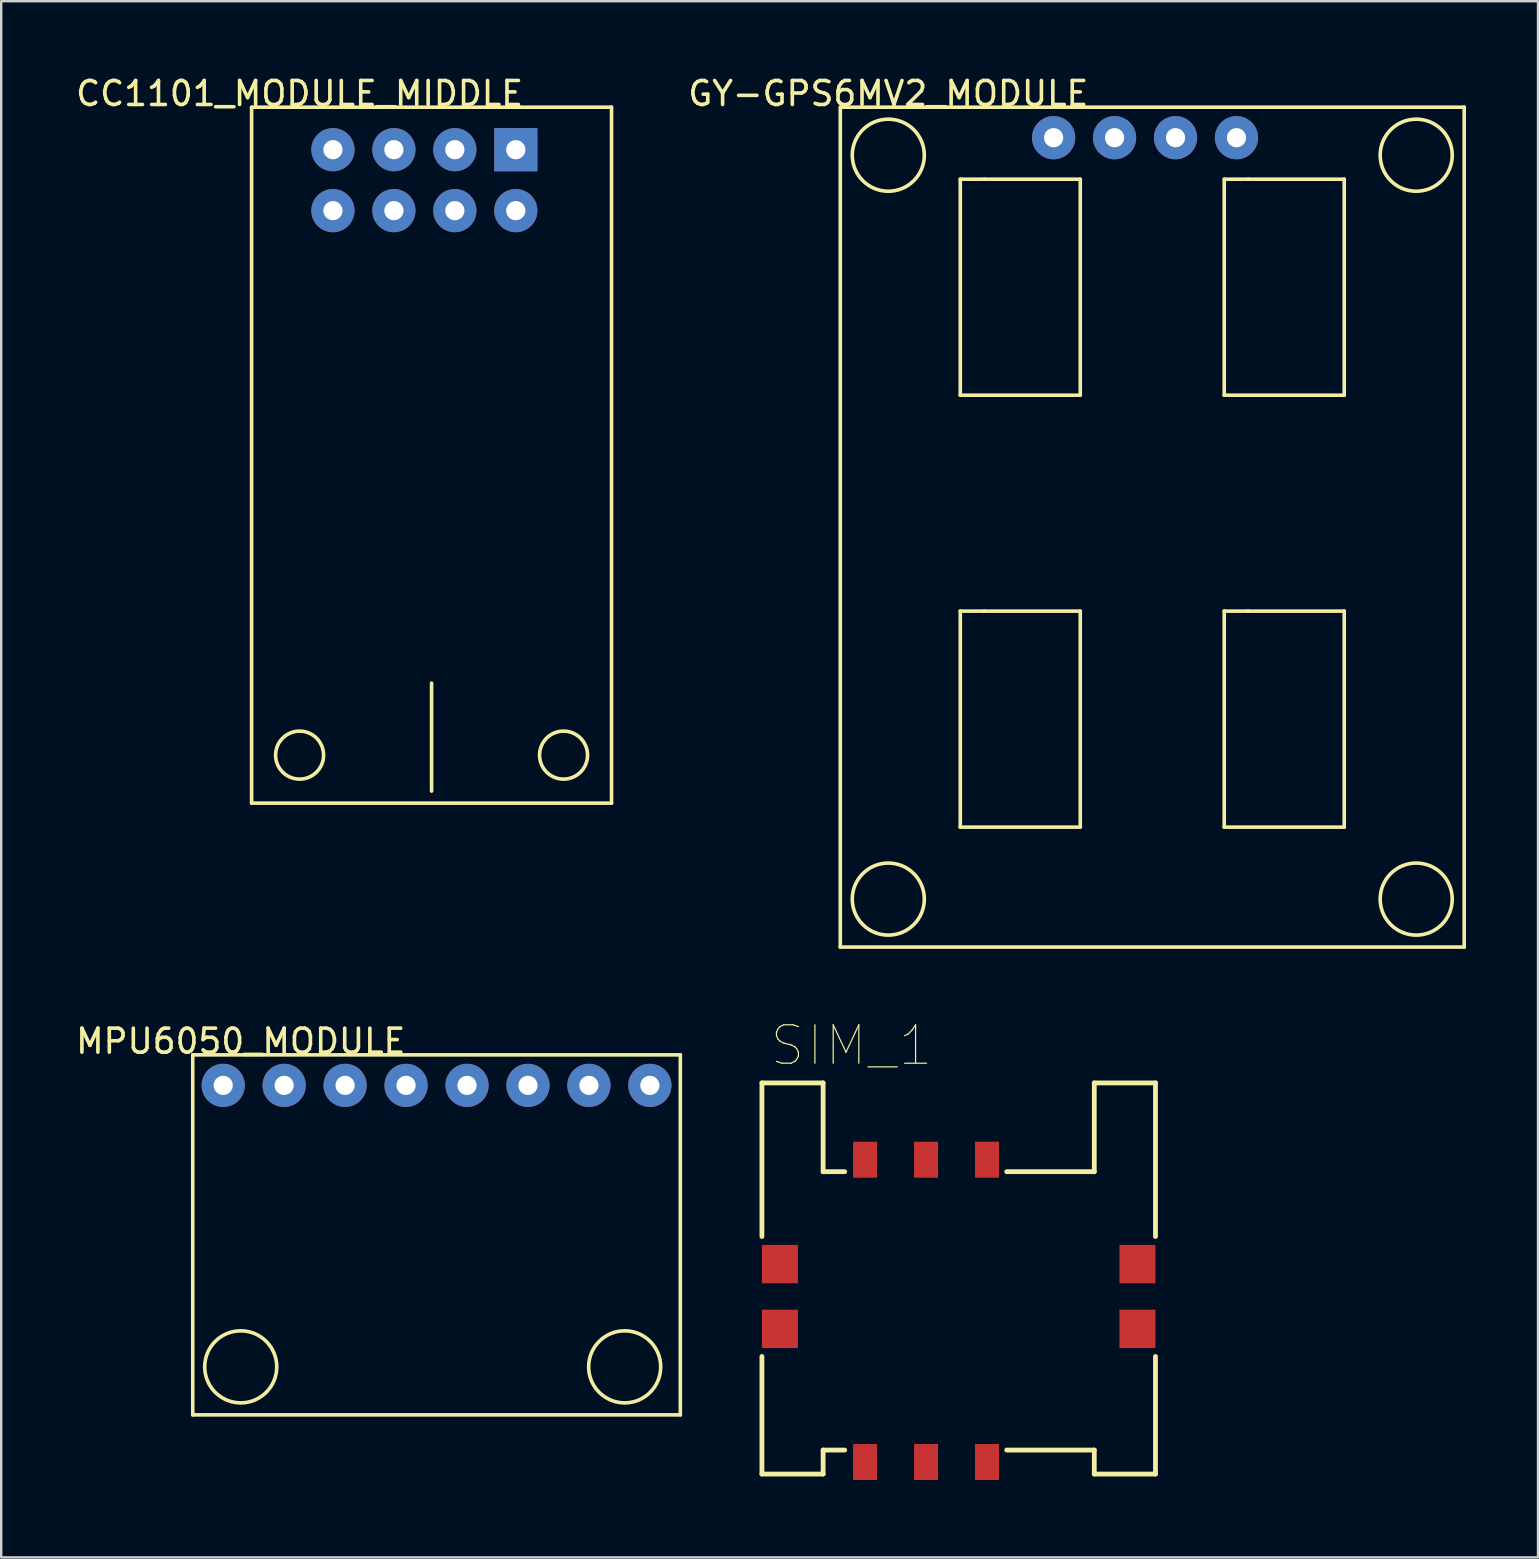
<source format=kicad_pcb>
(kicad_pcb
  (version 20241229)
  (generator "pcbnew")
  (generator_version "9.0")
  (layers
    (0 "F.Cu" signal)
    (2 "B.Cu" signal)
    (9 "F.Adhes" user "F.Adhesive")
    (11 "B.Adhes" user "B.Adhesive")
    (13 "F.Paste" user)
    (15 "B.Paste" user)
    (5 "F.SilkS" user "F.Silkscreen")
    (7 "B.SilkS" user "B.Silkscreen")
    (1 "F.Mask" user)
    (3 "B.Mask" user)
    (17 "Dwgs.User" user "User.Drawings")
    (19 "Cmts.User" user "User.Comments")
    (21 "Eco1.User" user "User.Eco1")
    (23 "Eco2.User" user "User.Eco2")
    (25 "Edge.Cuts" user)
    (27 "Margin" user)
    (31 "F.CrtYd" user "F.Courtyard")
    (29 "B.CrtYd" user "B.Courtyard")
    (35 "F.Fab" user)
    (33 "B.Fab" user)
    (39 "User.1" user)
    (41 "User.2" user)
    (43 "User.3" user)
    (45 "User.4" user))
  (footprint "CC1101_MODULE_MIDDLE"
    (layer "F.Cu")
    (at 7.435 1.418)
    (property "Reference" "CC1101_MODULE_MIDDLE" (at 2 -0.57 0) (layer "F.SilkS") (effects (font (size 1 1) (thickness 0.15))))
    (attr through_hole)
    (fp_line (start 0 0) (end 15 0) (stroke (width 0.15) (type solid)) (layer "F.SilkS"))
    (fp_line (start 0 29) (end 0 0) (stroke (width 0.15) (type solid)) (layer "F.SilkS"))
    (fp_line (start 0 29) (end 15 29) (stroke (width 0.15) (type solid)) (layer "F.SilkS"))
    (fp_line (start 7.5 24) (end 7.5 28.5) (stroke (width 0.15) (type solid)) (layer "F.SilkS"))
    (fp_line (start 15 0) (end 15 29) (stroke (width 0.15) (type solid)) (layer "F.SilkS"))
    (fp_circle (center 2 27) (end 3 27) (stroke (width 0.15) (type solid)) (fill no) (layer "F.SilkS"))
    (fp_circle (center 13 27) (end 14 27) (stroke (width 0.15) (type solid)) (fill no) (layer "F.SilkS"))
    (pad "1" thru_hole rect (at 11.01 1.77) (size 1.8 1.8) (drill 0.8) (layers "*.Cu" "*.Mask"))
    (pad "2" thru_hole circle (at 11.01 4.31) (size 1.8 1.8) (drill 0.8) (layers "*.Cu" "*.Mask"))
    (pad "3" thru_hole circle (at 8.47 1.77) (size 1.8 1.8) (drill 0.8) (layers "*.Cu" "*.Mask"))
    (pad "4" thru_hole circle (at 8.47 4.31) (size 1.8 1.8) (drill 0.8) (layers "*.Cu" "*.Mask"))
    (pad "5" thru_hole circle (at 5.93 1.77) (size 1.8 1.8) (drill 0.8) (layers "*.Cu" "*.Mask"))
    (pad "6" thru_hole circle (at 5.93 4.31) (size 1.8 1.8) (drill 0.8) (layers "*.Cu" "*.Mask"))
    (pad "7" thru_hole circle (at 3.39 1.77) (size 1.8 1.8) (drill 0.8) (layers "*.Cu" "*.Mask"))
    (pad "8" thru_hole circle (at 3.39 4.31) (size 1.8 1.8) (drill 0.8) (layers "*.Cu" "*.Mask")))
  (footprint "SIM_1"
    (layer "F.Cu")
    (at 36.902 51.578)
    (property "Reference" "SIM_1" (at -4.467 -11.059 0) (layer "F.SilkS") (effects (font (size 1.602 1.602) (thickness 0.05))))
    (attr smd)
    (fp_line (start -8.2 -9.5) (end -5.65 -9.5) (stroke (width 0.2) (type solid)) (layer "F.SilkS"))
    (fp_line (start -8.2 -3.1) (end -8.2 -9.5) (stroke (width 0.2) (type solid)) (layer "F.SilkS"))
    (fp_line (start -8.2 6.8) (end -8.2 1.9) (stroke (width 0.2) (type solid)) (layer "F.SilkS"))
    (fp_line (start -8.2 6.8) (end -5.65 6.8) (stroke (width 0.2) (type solid)) (layer "F.SilkS"))
    (fp_line (start -5.65 -5.8) (end -5.65 -9.5) (stroke (width 0.2) (type solid)) (layer "F.SilkS"))
    (fp_line (start -5.65 -5.8) (end -4.75 -5.8) (stroke (width 0.2) (type solid)) (layer "F.SilkS"))
    (fp_line (start -5.65 5.8) (end -4.75 5.8) (stroke (width 0.2) (type solid)) (layer "F.SilkS"))
    (fp_line (start -5.65 6.8) (end -5.65 5.8) (stroke (width 0.2) (type solid)) (layer "F.SilkS"))
    (fp_line (start 2 -5.8) (end 5.65 -5.8) (stroke (width 0.2) (type solid)) (layer "F.SilkS"))
    (fp_line (start 2 5.8) (end 5.65 5.8) (stroke (width 0.2) (type solid)) (layer "F.SilkS"))
    (fp_line (start 5.65 -9.5) (end 8.2 -9.5) (stroke (width 0.2) (type solid)) (layer "F.SilkS"))
    (fp_line (start 5.65 -5.8) (end 5.65 -9.5) (stroke (width 0.2) (type solid)) (layer "F.SilkS"))
    (fp_line (start 5.65 6.8) (end 5.65 5.8) (stroke (width 0.2) (type solid)) (layer "F.SilkS"))
    (fp_line (start 5.65 6.8) (end 8.2 6.8) (stroke (width 0.2) (type solid)) (layer "F.SilkS"))
    (fp_line (start 8.2 -3.1) (end 8.2 -9.5) (stroke (width 0.2) (type solid)) (layer "F.SilkS"))
    (fp_line (start 8.2 6.8) (end 8.2 1.9) (stroke (width 0.2) (type solid)) (layer "F.SilkS"))
    (fp_line (start -8.5 -9.75) (end 8.5 -9.75) (stroke (width 0.05) (type solid)) (layer "Eco1.User"))
    (fp_line (start -8.5 7.25) (end -8.5 -9.75) (stroke (width 0.05) (type solid)) (layer "Eco1.User"))
    (fp_line (start -8.5 7.25) (end 8.5 7.25) (stroke (width 0.05) (type solid)) (layer "Eco1.User"))
    (fp_line (start -0.5 0) (end 0.5 0) (stroke (width 0.1) (type solid)) (layer "Eco1.User"))
    (fp_line (start 0 0.5) (end 0 -0.5) (stroke (width 0.1) (type solid)) (layer "Eco1.User"))
    (fp_line (start 8.5 7.25) (end 8.5 -9.75) (stroke (width 0.05) (type solid)) (layer "Eco1.User"))
    (fp_poly (pts (xy -4.275 -3) (xy -3.525 -3) (xy -3.525 -4.7) (xy -4.275 -4.7)) (stroke (width 0.254) (type solid)) (fill no) (layer "Eco1.User"))
    (fp_poly (pts (xy -4.275 4.7) (xy -3.525 4.7) (xy -3.525 3) (xy -4.275 3)) (stroke (width 0.254) (type solid)) (fill no) (layer "Eco1.User"))
    (fp_poly (pts (xy -1.735 -3) (xy -0.985 -3) (xy -0.985 -4.7) (xy -1.735 -4.7)) (stroke (width 0.254) (type solid)) (fill no) (layer "Eco1.User"))
    (fp_poly (pts (xy -1.735 4.7) (xy -0.985 4.7) (xy -0.985 3) (xy -1.735 3)) (stroke (width 0.254) (type solid)) (fill no) (layer "Eco1.User"))
    (fp_poly (pts (xy 0.805 -3) (xy 1.555 -3) (xy 1.555 -4.7) (xy 0.805 -4.7)) (stroke (width 0.254) (type solid)) (fill no) (layer "Eco1.User"))
    (fp_poly (pts (xy 0.805 4.7) (xy 1.555 4.7) (xy 1.555 3) (xy 0.805 3)) (stroke (width 0.254) (type solid)) (fill no) (layer "Eco1.User"))
    (fp_line (start -8.2 -9.5) (end -5.65 -9.5) (stroke (width 0.1) (type solid)) (layer "Eco2.User"))
    (fp_line (start -8.2 6.8) (end -8.2 -9.5) (stroke (width 0.1) (type solid)) (layer "Eco2.User"))
    (fp_line (start -8.2 6.8) (end -5.65 6.8) (stroke (width 0.1) (type solid)) (layer "Eco2.User"))
    (fp_line (start -5.65 -5.8) (end -5.65 -9.5) (stroke (width 0.1) (type solid)) (layer "Eco2.User"))
    (fp_line (start -5.65 -5.8) (end 5.65 -5.8) (stroke (width 0.1) (type solid)) (layer "Eco2.User"))
    (fp_line (start -5.65 5.8) (end 5.65 5.8) (stroke (width 0.1) (type solid)) (layer "Eco2.User"))
    (fp_line (start -5.65 6.8) (end -5.65 5.8) (stroke (width 0.1) (type solid)) (layer "Eco2.User"))
    (fp_line (start 5.65 -9.5) (end 8.2 -9.5) (stroke (width 0.1) (type solid)) (layer "Eco2.User"))
    (fp_line (start 5.65 -5.8) (end 5.65 -9.5) (stroke (width 0.1) (type solid)) (layer "Eco2.User"))
    (fp_line (start 5.65 6.8) (end 5.65 5.8) (stroke (width 0.1) (type solid)) (layer "Eco2.User"))
    (fp_line (start 5.65 6.8) (end 8.2 6.8) (stroke (width 0.1) (type solid)) (layer "Eco2.User"))
    (fp_line (start 8.2 6.8) (end 8.2 -9.5) (stroke (width 0.1) (type solid)) (layer "Eco2.User"))
    (pad "1" smd rect (at -3.9 -6.3) (size 1 1.5) (layers "F.Cu" "F.Mask" "F.Paste"))
    (pad "2" smd rect (at -1.36 -6.3) (size 1 1.5) (layers "F.Cu" "F.Mask" "F.Paste"))
    (pad "3" smd rect (at 1.18 -6.3) (size 1 1.5) (layers "F.Cu" "F.Mask" "F.Paste"))
    (pad "5" smd rect (at -3.9 6.3) (size 1 1.5) (layers "F.Cu" "F.Mask" "F.Paste"))
    (pad "6" smd rect (at -1.36 6.3) (size 1 1.5) (layers "F.Cu" "F.Mask" "F.Paste"))
    (pad "7" smd rect (at 1.18 6.3) (size 1 1.5) (layers "F.Cu" "F.Mask" "F.Paste"))
    (pad "8" smd rect (at -7.45 0.75) (size 1.5 1.6) (layers "F.Cu" "F.Mask" "F.Paste"))
    (pad "9" smd rect (at 7.45 0.75) (size 1.5 1.6) (layers "F.Cu" "F.Mask" "F.Paste"))
    (pad "10" smd rect (at 7.45 -1.95) (size 1.5 1.6) (layers "F.Cu" "F.Mask" "F.Paste"))
    (pad "11" smd rect (at -7.45 -1.95) (size 1.5 1.6) (layers "F.Cu" "F.Mask" "F.Paste")))
  (footprint "MPU6050_MODULE"
    (layer "F.Cu")
    (at 4.982 40.911)
    (property "Reference" "MPU6050_MODULE" (at 2 -0.57 0) (layer "F.SilkS") (effects (font (size 1 1) (thickness 0.15))))
    (attr through_hole)
    (fp_line (start 0 0) (end 20.32 0) (stroke (width 0.15) (type solid)) (layer "F.SilkS"))
    (fp_line (start 0 15) (end 0 0) (stroke (width 0.15) (type solid)) (layer "F.SilkS"))
    (fp_line (start 20.32 0) (end 20.32 15) (stroke (width 0.15) (type solid)) (layer "F.SilkS"))
    (fp_line (start 20.32 15) (end 0 15) (stroke (width 0.15) (type solid)) (layer "F.SilkS"))
    (fp_circle (center 2 13) (end 3.5 12.93) (stroke (width 0.15) (type solid)) (fill no) (layer "F.SilkS"))
    (fp_circle (center 18 13) (end 19.5 12.93) (stroke (width 0.15) (type solid)) (fill no) (layer "F.SilkS"))
    (pad "1" thru_hole circle (at 1.27 1.27) (size 1.8 1.8) (drill 0.8) (layers "*.Cu" "*.Mask"))
    (pad "2" thru_hole circle (at 3.81 1.27) (size 1.8 1.8) (drill 0.8) (layers "*.Cu" "*.Mask"))
    (pad "3" thru_hole circle (at 6.35 1.27) (size 1.8 1.8) (drill 0.8) (layers "*.Cu" "*.Mask"))
    (pad "4" thru_hole circle (at 8.89 1.27) (size 1.8 1.8) (drill 0.8) (layers "*.Cu" "*.Mask"))
    (pad "5" thru_hole circle (at 11.43 1.27) (size 1.8 1.8) (drill 0.8) (layers "*.Cu" "*.Mask"))
    (pad "6" thru_hole circle (at 13.97 1.27) (size 1.8 1.8) (drill 0.8) (layers "*.Cu" "*.Mask"))
    (pad "7" thru_hole circle (at 16.51 1.27) (size 1.8 1.8) (drill 0.8) (layers "*.Cu" "*.Mask"))
    (pad "8" thru_hole circle (at 19.05 1.27) (size 1.8 1.8) (drill 0.8) (layers "*.Cu" "*.Mask")))
  (footprint "GY-GPS6MV2_MODULE"
    (layer "F.Cu")
    (at 31.968 1.418)
    (property "Reference" "GY-GPS6MV2_MODULE" (at 2 -0.57 0) (layer "F.SilkS") (effects (font (size 1 1) (thickness 0.15))))
    (attr through_hole)
    (fp_line (start 0 0) (end 26 0) (stroke (width 0.15) (type solid)) (layer "F.SilkS"))
    (fp_line (start 0 35) (end 0 0) (stroke (width 0.15) (type solid)) (layer "F.SilkS"))
    (fp_line (start 5 3) (end 6 3) (stroke (width 0.15) (type solid)) (layer "F.SilkS"))
    (fp_line (start 5 12) (end 5 3) (stroke (width 0.15) (type solid)) (layer "F.SilkS"))
    (fp_line (start 5 21) (end 6 21) (stroke (width 0.15) (type solid)) (layer "F.SilkS"))
    (fp_line (start 5 30) (end 5 21) (stroke (width 0.15) (type solid)) (layer "F.SilkS"))
    (fp_line (start 6 3) (end 10 3) (stroke (width 0.15) (type solid)) (layer "F.SilkS"))
    (fp_line (start 6 21) (end 10 21) (stroke (width 0.15) (type solid)) (layer "F.SilkS"))
    (fp_line (start 10 3) (end 10 12) (stroke (width 0.15) (type solid)) (layer "F.SilkS"))
    (fp_line (start 10 12) (end 5 12) (stroke (width 0.15) (type solid)) (layer "F.SilkS"))
    (fp_line (start 10 21) (end 10 30) (stroke (width 0.15) (type solid)) (layer "F.SilkS"))
    (fp_line (start 10 30) (end 5 30) (stroke (width 0.15) (type solid)) (layer "F.SilkS"))
    (fp_line (start 16 3) (end 17 3) (stroke (width 0.15) (type solid)) (layer "F.SilkS"))
    (fp_line (start 16 12) (end 16 3) (stroke (width 0.15) (type solid)) (layer "F.SilkS"))
    (fp_line (start 16 21) (end 17 21) (stroke (width 0.15) (type solid)) (layer "F.SilkS"))
    (fp_line (start 16 30) (end 16 21) (stroke (width 0.15) (type solid)) (layer "F.SilkS"))
    (fp_line (start 17 3) (end 21 3) (stroke (width 0.15) (type solid)) (layer "F.SilkS"))
    (fp_line (start 17 21) (end 21 21) (stroke (width 0.15) (type solid)) (layer "F.SilkS"))
    (fp_line (start 21 3) (end 21 12) (stroke (width 0.15) (type solid)) (layer "F.SilkS"))
    (fp_line (start 21 12) (end 16 12) (stroke (width 0.15) (type solid)) (layer "F.SilkS"))
    (fp_line (start 21 21) (end 21 30) (stroke (width 0.15) (type solid)) (layer "F.SilkS"))
    (fp_line (start 21 30) (end 16 30) (stroke (width 0.15) (type solid)) (layer "F.SilkS"))
    (fp_line (start 26 0) (end 26 35) (stroke (width 0.15) (type solid)) (layer "F.SilkS"))
    (fp_line (start 26 35) (end 0 35) (stroke (width 0.15) (type solid)) (layer "F.SilkS"))
    (fp_circle (center 2 2) (end 3.5 1.93) (stroke (width 0.15) (type solid)) (fill no) (layer "F.SilkS"))
    (fp_circle (center 2 33) (end 3.5 32.93) (stroke (width 0.15) (type solid)) (fill no) (layer "F.SilkS"))
    (fp_circle (center 24 2) (end 25.5 1.93) (stroke (width 0.15) (type solid)) (fill no) (layer "F.SilkS"))
    (fp_circle (center 24 33) (end 25.5 32.93) (stroke (width 0.15) (type solid)) (fill no) (layer "F.SilkS"))
    (pad "1" thru_hole circle (at 8.89 1.27) (size 1.8 1.8) (drill 0.8) (layers "*.Cu" "*.Mask"))
    (pad "2" thru_hole circle (at 11.43 1.27) (size 1.8 1.8) (drill 0.8) (layers "*.Cu" "*.Mask"))
    (pad "3" thru_hole circle (at 13.97 1.27) (size 1.8 1.8) (drill 0.8) (layers "*.Cu" "*.Mask"))
    (pad "4" thru_hole circle (at 16.51 1.27) (size 1.8 1.8) (drill 0.8) (layers "*.Cu" "*.Mask")))
  (gr_rect
    (start -3 -3)
    (end 61.043 61.853)
    (stroke (width 0.1) (type default))
    (fill no)
    (layer "Edge.Cuts")))
</source>
